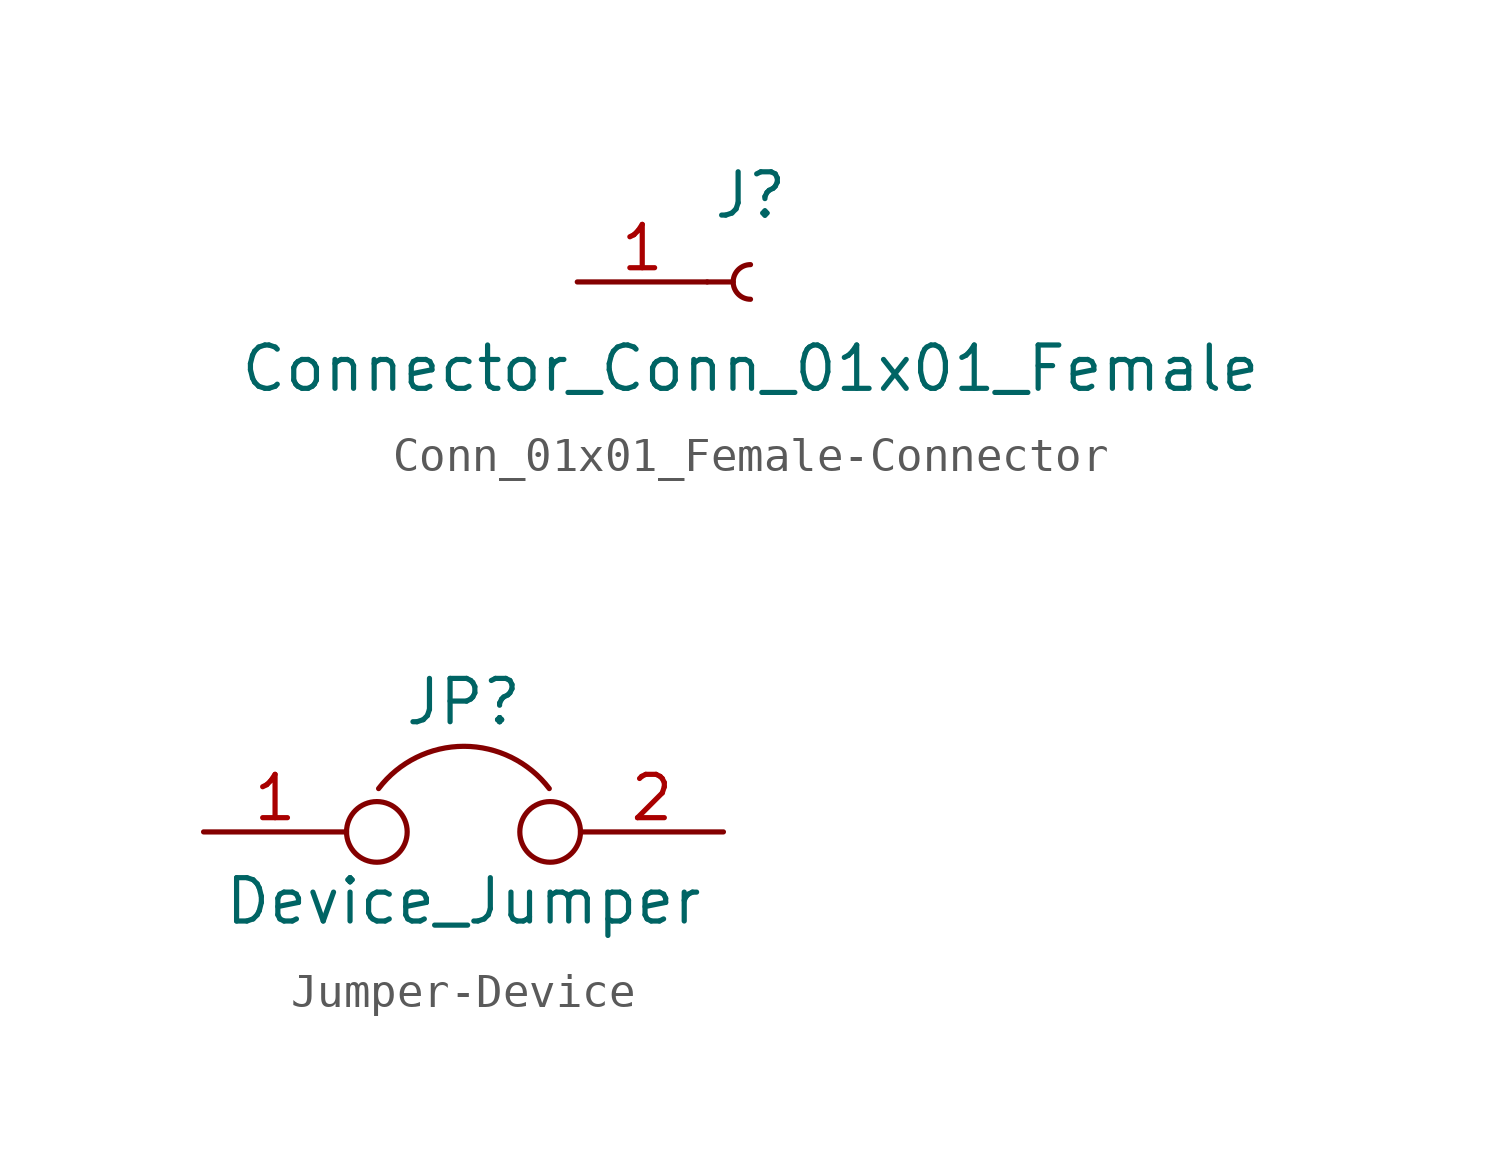
<source format=kicad_sym>
(kicad_symbol_lib
  (version 20231120)
  (generator "kicad_symbol_editor")
  (generator_version "8.0")
  (symbol "Conn_01x01_Female-Connector"
    (pin_names
      (offset 1.016) hide)
    (property "Reference" "J"
      (at 0 2.54 0)
      (effects (font (size 1.27 1.27))))
    (property "Value" "Connector_Conn_01x01_Female"
      (at 0 -2.54 0)
      (effects (font (size 1.27 1.27))))
    (symbol "Conn_01x01_Female-Connector_1_1"
      (polyline (pts (xy -1.27 0) (xy -0.508 0)) (stroke (width 0.152) (type solid)) (fill (type none)))
      (arc (start 0 0.508) (mid -0.508 0) (end 0 -0.508) (stroke (width 0.1524) (type solid)) (fill (type none)))
      (pin passive line (at -5.08 0 0) (length 3.81) (name "Pin_1" (effects (font (size 1.27 1.27)))) (number "1" (effects (font (size 1.27 1.27)))))))
  (symbol "Jumper-Device"
    (pin_names
      (offset 0.762) hide)
    (property "Reference" "JP"
      (at 0 3.81 0)
      (effects (font (size 1.27 1.27))))
    (property "Value" "Device_Jumper"
      (at 0 -2.032 0)
      (effects (font (size 1.27 1.27))))
    (symbol "Jumper-Device_0_1"
      (circle (center -2.54 0) (radius 0.889) (stroke (width 0) (type solid)) (fill (type none)))
      (arc (start 2.5146 1.27) (mid 0.0078 2.5097) (end -2.4892 1.27) (stroke (width 0) (type solid)) (fill (type none)))
      (circle (center 2.54 0) (radius 0.889) (stroke (width 0) (type solid)) (fill (type none)))
      (pin passive line (at -7.62 0 0) (length 4.191) (name "1" (effects (font (size 1.27 1.27)))) (number "1" (effects (font (size 1.27 1.27)))))
      (pin passive line (at 7.62 0 180) (length 4.191) (name "2" (effects (font (size 1.27 1.27)))) (number "2" (effects (font (size 1.27 1.27))))))))
</source>
